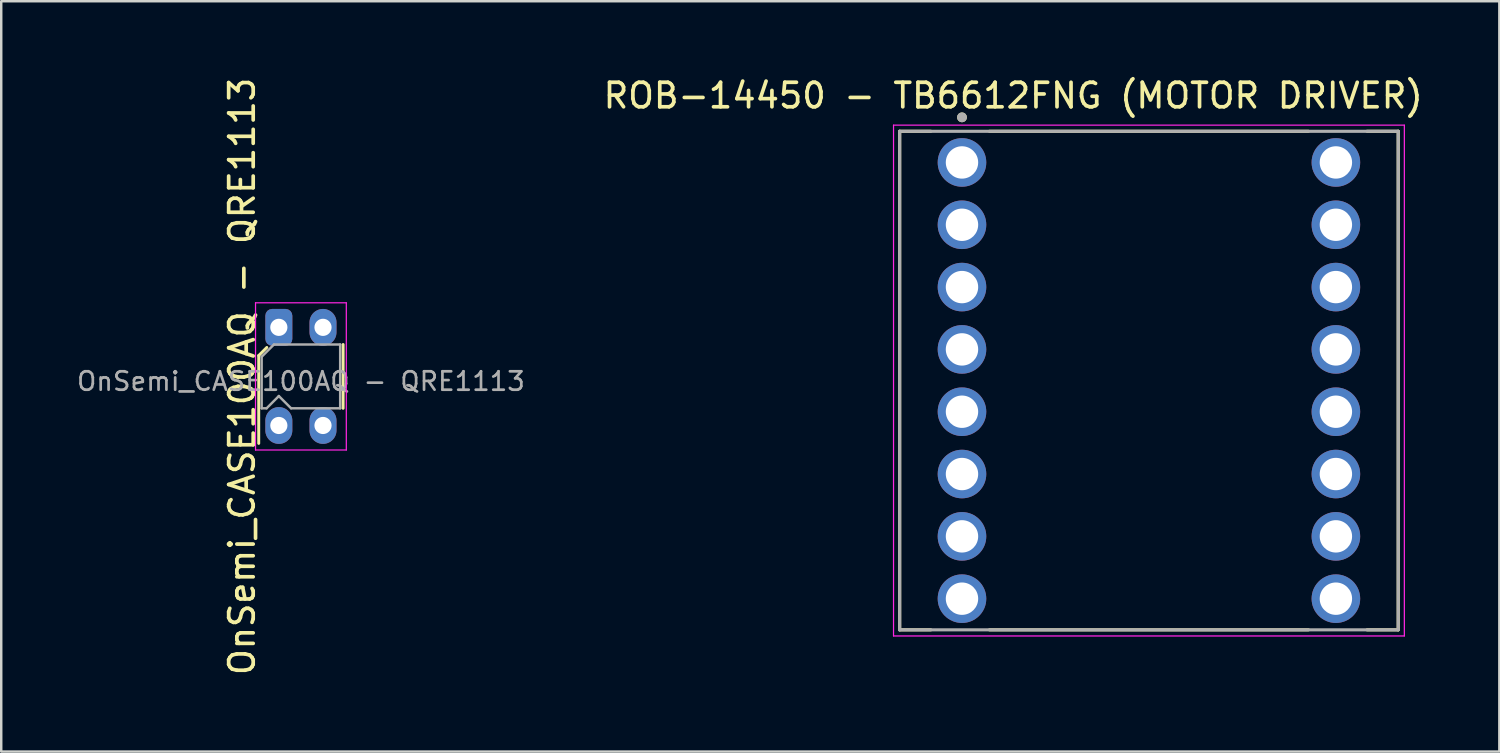
<source format=kicad_pcb>
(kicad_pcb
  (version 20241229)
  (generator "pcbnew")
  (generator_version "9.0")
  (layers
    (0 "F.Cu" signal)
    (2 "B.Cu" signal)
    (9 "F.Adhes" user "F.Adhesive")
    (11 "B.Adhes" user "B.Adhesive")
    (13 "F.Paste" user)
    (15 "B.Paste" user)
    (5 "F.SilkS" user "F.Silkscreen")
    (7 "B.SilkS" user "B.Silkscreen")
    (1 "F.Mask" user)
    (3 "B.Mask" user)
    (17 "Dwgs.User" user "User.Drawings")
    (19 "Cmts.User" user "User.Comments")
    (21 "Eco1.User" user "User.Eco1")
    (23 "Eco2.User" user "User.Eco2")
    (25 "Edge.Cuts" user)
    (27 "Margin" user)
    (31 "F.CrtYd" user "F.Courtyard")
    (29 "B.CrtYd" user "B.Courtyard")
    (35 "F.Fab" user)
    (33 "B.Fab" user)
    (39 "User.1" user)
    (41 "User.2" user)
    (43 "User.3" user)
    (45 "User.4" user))
  (footprint "OnSemi_CASE100AQ - QRE1113"
    (layer "F.Cu")
    (at 8.315 10.292)
    (property "Reference" "OnSemi_CASE100AQ - QRE1113" (at -1.5 2 90) (layer "F.SilkS") (effects (font (size 1 1) (thickness 0.15))))
    (attr through_hole)
    (fp_line (start -0.82 1.15) (end -0.82 4.73) (stroke (width 0.12) (type solid)) (layer "F.SilkS"))
    (fp_line (start -0.49 0.82) (end -0.82 1.15) (stroke (width 0.12) (type solid)) (layer "F.SilkS"))
    (fp_line (start 2.62 3.3) (end 2.62 0.7) (stroke (width 0.12) (type solid)) (layer "F.SilkS"))
    (fp_line (start -0.95 -1) (end -0.95 5) (stroke (width 0.05) (type solid)) (layer "F.CrtYd"))
    (fp_line (start -0.95 -1) (end 2.75 -1) (stroke (width 0.05) (type solid)) (layer "F.CrtYd"))
    (fp_line (start 2.75 5) (end -0.95 5) (stroke (width 0.05) (type solid)) (layer "F.CrtYd"))
    (fp_line (start 2.75 5) (end 2.75 -1) (stroke (width 0.05) (type solid)) (layer "F.CrtYd"))
    (fp_line (start -0.7 1.2) (end -0.2 0.7) (stroke (width 0.1) (type solid)) (layer "F.Fab"))
    (fp_line (start -0.7 3.3) (end -0.7 1.2) (stroke (width 0.1) (type solid)) (layer "F.Fab"))
    (fp_line (start -0.7 3.3) (end -0.5 3.3) (stroke (width 0.1) (type solid)) (layer "F.Fab"))
    (fp_line (start -0.2 0.7) (end 2.5 0.7) (stroke (width 0.1) (type solid)) (layer "F.Fab"))
    (fp_line (start 0 2.8) (end -0.5 3.3) (stroke (width 0.1) (type solid)) (layer "F.Fab"))
    (fp_line (start 0 2.8) (end 0.5 3.3) (stroke (width 0.1) (type solid)) (layer "F.Fab"))
    (fp_line (start 2.5 0.7) (end 2.5 3.3) (stroke (width 0.1) (type solid)) (layer "F.Fab"))
    (fp_line (start 2.5 3.3) (end 0.5 3.3) (stroke (width 0.1) (type solid)) (layer "F.Fab"))
    (fp_text user "${REFERENCE}" (at 0.9 2.2 0) (layer "F.Fab") (effects (font (size 0.75 0.75) (thickness 0.11))))
    (pad "1" thru_hole roundrect (at 0 0) (size 1.1 1.5) (drill 0.7) (layers "*.Cu" "*.Mask") (roundrect_rratio 0.25))
    (pad "2" thru_hole oval (at 0 4) (size 1.1 1.5) (drill 0.7) (layers "*.Cu" "*.Mask"))
    (pad "3" thru_hole oval (at 1.8 4) (size 1.1 1.5) (drill 0.7) (layers "*.Cu" "*.Mask"))
    (pad "4" thru_hole oval (at 1.8 0) (size 1.1 1.5) (drill 0.7) (layers "*.Cu" "*.Mask")))
  (footprint "ROB-14450 - TB6612FNG (MOTOR DRIVER)"
    (layer "F.Cu")
    (at 43.779 12.461)
    (property "Reference" "ROB-14450 - TB6612FNG (MOTOR DRIVER)" (at -5.533 -11.613 0) (layer "F.SilkS") (effects (font (size 1 1) (thickness 0.15))))
    (attr through_hole)
    (fp_line (start -10.16 -10.16) (end -10.16 10.16) (stroke (width 0.127) (type solid)) (layer "F.SilkS"))
    (fp_line (start -8.89 -10.16) (end -10.16 -10.16) (stroke (width 0.127) (type solid)) (layer "F.SilkS"))
    (fp_line (start -8.89 10.16) (end -10.16 10.16) (stroke (width 0.127) (type solid)) (layer "F.SilkS"))
    (fp_line (start -6.5 -10.16) (end 6.5 -10.16) (stroke (width 0.127) (type solid)) (layer "F.SilkS"))
    (fp_line (start -6.5 10.16) (end 6.5 10.16) (stroke (width 0.127) (type solid)) (layer "F.SilkS"))
    (fp_line (start 8.89 -10.16) (end 10.16 -10.16) (stroke (width 0.127) (type solid)) (layer "F.SilkS"))
    (fp_line (start 8.89 10.16) (end 10.16 10.16) (stroke (width 0.127) (type solid)) (layer "F.SilkS"))
    (fp_line (start 10.16 10.16) (end 10.16 -10.16) (stroke (width 0.127) (type solid)) (layer "F.SilkS"))
    (fp_circle (center -7.62 -10.728) (end -7.52 -10.728) (stroke (width 0.2) (type solid)) (fill no) (layer "F.SilkS"))
    (fp_line (start -10.41 -10.41) (end -10.41 10.41) (stroke (width 0.05) (type solid)) (layer "F.CrtYd"))
    (fp_line (start -10.41 10.41) (end 10.41 10.41) (stroke (width 0.05) (type solid)) (layer "F.CrtYd"))
    (fp_line (start 10.41 -10.41) (end -10.41 -10.41) (stroke (width 0.05) (type solid)) (layer "F.CrtYd"))
    (fp_line (start 10.41 10.41) (end 10.41 -10.41) (stroke (width 0.05) (type solid)) (layer "F.CrtYd"))
    (fp_line (start -10.16 -10.16) (end -10.16 10.16) (stroke (width 0.127) (type solid)) (layer "F.Fab"))
    (fp_line (start -10.16 10.16) (end 10.16 10.16) (stroke (width 0.127) (type solid)) (layer "F.Fab"))
    (fp_line (start 10.16 -10.16) (end -10.16 -10.16) (stroke (width 0.127) (type solid)) (layer "F.Fab"))
    (fp_line (start 10.16 10.16) (end 10.16 -10.16) (stroke (width 0.127) (type solid)) (layer "F.Fab"))
    (fp_circle (center -7.62 -10.728) (end -7.52 -10.728) (stroke (width 0.2) (type solid)) (fill no) (layer "F.Fab"))
    (pad "1" thru_hole circle (at -7.62 -8.89) (size 1.98 1.98) (drill 1.32) (layers "*.Cu" "*.Mask"))
    (pad "2" thru_hole circle (at -7.62 -6.35) (size 1.98 1.98) (drill 1.32) (layers "*.Cu" "*.Mask"))
    (pad "3" thru_hole circle (at -7.62 -3.81) (size 1.98 1.98) (drill 1.32) (layers "*.Cu" "*.Mask"))
    (pad "4" thru_hole circle (at -7.62 -1.27) (size 1.98 1.98) (drill 1.32) (layers "*.Cu" "*.Mask"))
    (pad "5" thru_hole circle (at -7.62 1.27) (size 1.98 1.98) (drill 1.32) (layers "*.Cu" "*.Mask"))
    (pad "6" thru_hole circle (at -7.62 3.81) (size 1.98 1.98) (drill 1.32) (layers "*.Cu" "*.Mask"))
    (pad "7" thru_hole circle (at -7.62 6.35) (size 1.98 1.98) (drill 1.32) (layers "*.Cu" "*.Mask"))
    (pad "8" thru_hole circle (at -7.62 8.89) (size 1.98 1.98) (drill 1.32) (layers "*.Cu" "*.Mask"))
    (pad "9" thru_hole circle (at 7.62 8.89) (size 1.98 1.98) (drill 1.32) (layers "*.Cu" "*.Mask"))
    (pad "10" thru_hole circle (at 7.62 6.35) (size 1.98 1.98) (drill 1.32) (layers "*.Cu" "*.Mask"))
    (pad "11" thru_hole circle (at 7.62 3.81) (size 1.98 1.98) (drill 1.32) (layers "*.Cu" "*.Mask"))
    (pad "12" thru_hole circle (at 7.62 1.27) (size 1.98 1.98) (drill 1.32) (layers "*.Cu" "*.Mask"))
    (pad "13" thru_hole circle (at 7.62 -1.27) (size 1.98 1.98) (drill 1.32) (layers "*.Cu" "*.Mask"))
    (pad "14" thru_hole circle (at 7.62 -3.81) (size 1.98 1.98) (drill 1.32) (layers "*.Cu" "*.Mask"))
    (pad "15" thru_hole circle (at 7.62 -6.35) (size 1.98 1.98) (drill 1.32) (layers "*.Cu" "*.Mask"))
    (pad "16" thru_hole circle (at 7.62 -8.89) (size 1.98 1.98) (drill 1.32) (layers "*.Cu" "*.Mask")))
  (gr_rect
    (start -3 -3)
    (end 58.061 27.583)
    (stroke (width 0.1) (type default))
    (fill no)
    (layer "Edge.Cuts")))
</source>
